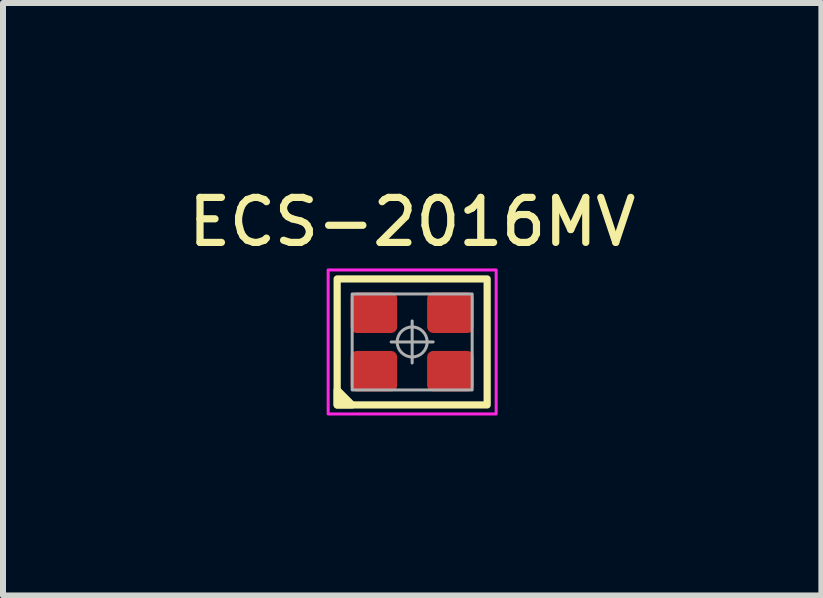
<source format=kicad_pcb>
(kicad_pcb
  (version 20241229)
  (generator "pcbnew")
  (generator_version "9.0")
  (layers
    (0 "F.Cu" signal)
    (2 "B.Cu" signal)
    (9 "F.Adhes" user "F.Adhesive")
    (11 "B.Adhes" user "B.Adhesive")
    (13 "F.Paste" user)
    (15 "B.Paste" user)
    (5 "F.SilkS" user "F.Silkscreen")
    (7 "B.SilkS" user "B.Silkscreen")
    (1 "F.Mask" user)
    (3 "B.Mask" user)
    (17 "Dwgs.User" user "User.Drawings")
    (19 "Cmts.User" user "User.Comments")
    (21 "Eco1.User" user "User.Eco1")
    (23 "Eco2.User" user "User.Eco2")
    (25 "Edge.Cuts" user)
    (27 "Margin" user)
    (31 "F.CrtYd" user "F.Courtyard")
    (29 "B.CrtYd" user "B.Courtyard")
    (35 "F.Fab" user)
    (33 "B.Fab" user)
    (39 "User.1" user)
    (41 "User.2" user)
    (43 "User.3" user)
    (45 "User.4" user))
  (footprint "ECS-2016MV"
    (layer "F.Cu")
    (at 3.819 2.649)
    (property "Reference" "ECS-2016MV" (at 0 -2 0) (unlocked yes) (layer "F.SilkS") (effects (font (size 0.75 0.75) (thickness 0.12))))
    (attr smd)
    (fp_rect (start -1.25 -1.05) (end 1.25 1.05) (stroke (width 0.12) (type solid)) (fill no) (layer "F.SilkS"))
    (fp_poly (pts (xy -1 1.05) (xy -1.25 0.8) (xy -1.25 1.05)) (stroke (width 0.12) (type solid)) (fill yes) (layer "F.SilkS"))
    (fp_rect (start -1.4 -1.2) (end 1.4 1.2) (stroke (width 0.05) (type default)) (fill no) (layer "F.CrtYd"))
    (fp_line (start 0 -0.35) (end 0 0.35) (stroke (width 0.05) (type solid)) (layer "F.Fab"))
    (fp_line (start 0.35 0) (end -0.35 0) (stroke (width 0.05) (type solid)) (layer "F.Fab"))
    (fp_rect (start -1 -0.8) (end 1 0.8) (stroke (width 0.05) (type solid)) (fill no) (layer "F.Fab"))
    (fp_circle (center 0 0) (end 0.25 0) (stroke (width 0.05) (type solid)) (fill no) (layer "F.Fab"))
    (pad "1" smd roundrect (at -0.637 0.487) (size 0.775 0.675) (layers "F.Cu" "F.Mask" "F.Paste") (roundrect_rratio 0.15))
    (pad "2" smd roundrect (at 0.637 0.487) (size 0.775 0.675) (layers "F.Cu" "F.Mask" "F.Paste") (roundrect_rratio 0.15))
    (pad "3" smd roundrect (at 0.637 -0.487) (size 0.775 0.675) (layers "F.Cu" "F.Mask" "F.Paste") (roundrect_rratio 0.15))
    (pad "4" smd roundrect (at -0.637 -0.487) (size 0.775 0.675) (layers "F.Cu" "F.Mask" "F.Paste") (roundrect_rratio 0.15)))
  (gr_rect
    (start -3 -3)
    (end 10.639 6.874)
    (stroke (width 0.1) (type default))
    (fill no)
    (layer "Edge.Cuts")))
</source>
